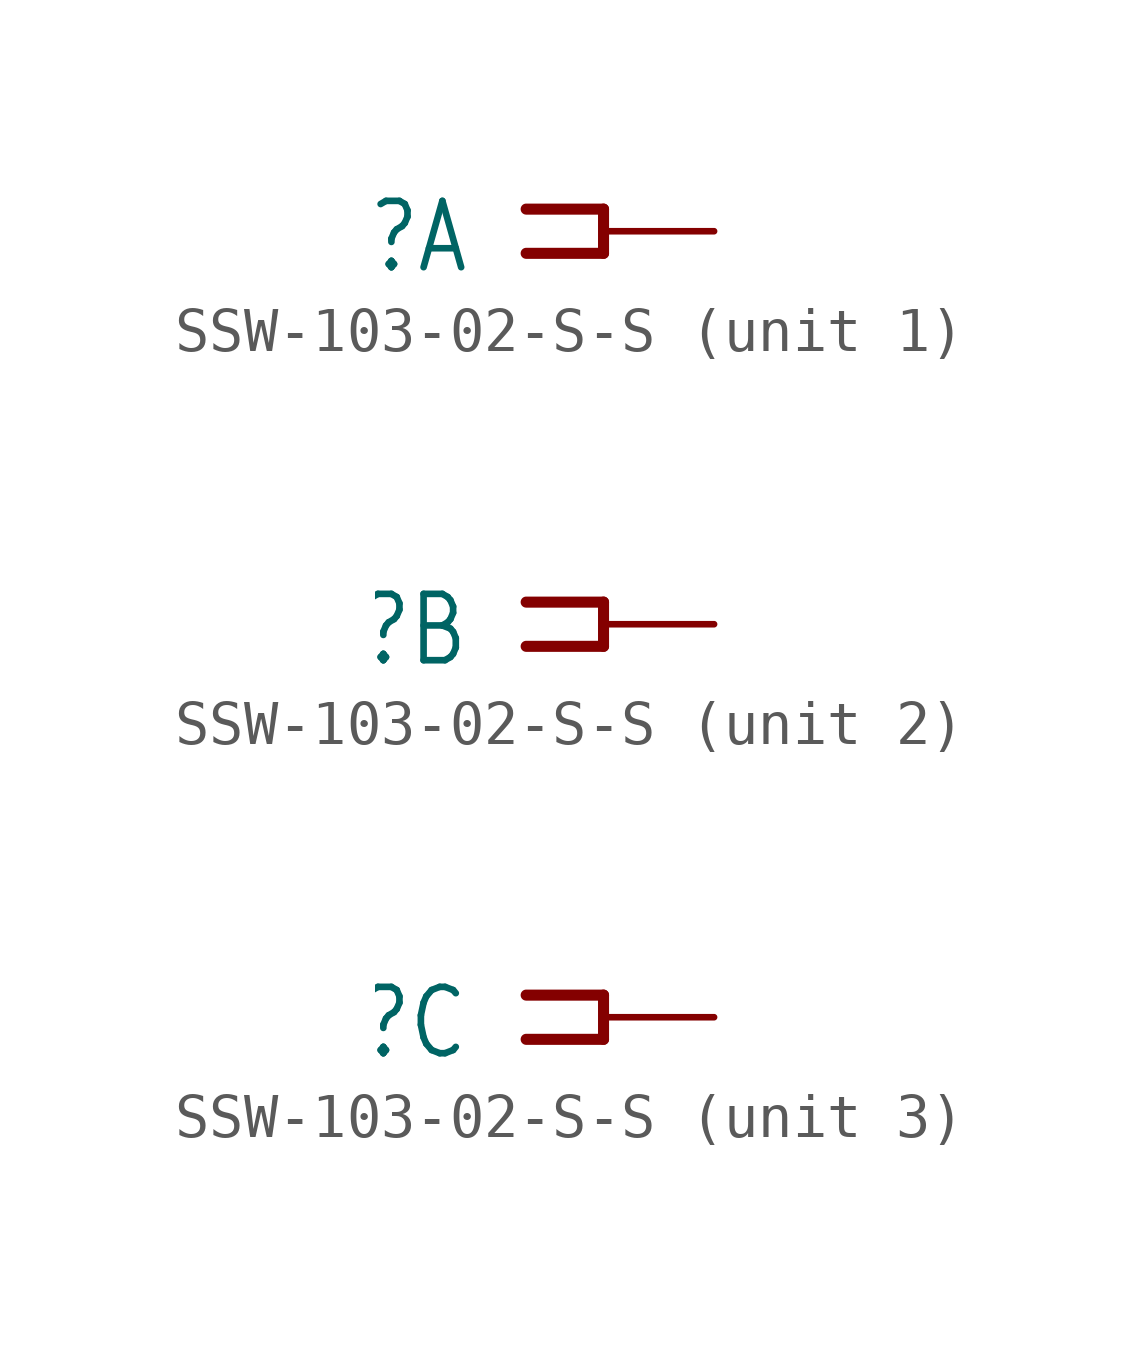
<source format=kicad_sym>
(kicad_symbol_lib
  (version 20220914)
  (generator kicad_symbol_editor)
  (symbol "SSW-103-02-S-S"
    (property "Reference" "X"
      (at -3.048 0.762 0)
      (effects (font (size 1.524 1.295)) (justify right top)))
    (property "ki_locked" ""
      (at 0 0 0)
      (effects (font (size 1.27 1.27))))
    (symbol "SSW-103-02-S-S_1_0"
      (polyline (pts (xy -1.778 0.508) (xy 0 0.508)) (stroke (width 0.254) (type solid)) (fill (type none)))
      (polyline (pts (xy 0 -0.508) (xy -1.778 -0.508)) (stroke (width 0.254) (type solid)) (fill (type none)))
      (polyline (pts (xy 0 0.508) (xy 0 -0.508)) (stroke (width 0.254) (type solid)) (fill (type none)))
      (pin passive line (at 2.54 0 180) (length 2.54) (name "1" (effects (font (size 0 0)))) (number "1" (effects (font (size 0 0))))))
    (symbol "SSW-103-02-S-S_2_0"
      (polyline (pts (xy -1.778 0.508) (xy 0 0.508)) (stroke (width 0.254) (type solid)) (fill (type none)))
      (polyline (pts (xy 0 -0.508) (xy -1.778 -0.508)) (stroke (width 0.254) (type solid)) (fill (type none)))
      (polyline (pts (xy 0 0.508) (xy 0 -0.508)) (stroke (width 0.254) (type solid)) (fill (type none)))
      (pin passive line (at 2.54 0 180) (length 2.54) (name "1" (effects (font (size 0 0)))) (number "2" (effects (font (size 0 0))))))
    (symbol "SSW-103-02-S-S_3_0"
      (polyline (pts (xy -1.778 0.508) (xy 0 0.508)) (stroke (width 0.254) (type solid)) (fill (type none)))
      (polyline (pts (xy 0 -0.508) (xy -1.778 -0.508)) (stroke (width 0.254) (type solid)) (fill (type none)))
      (polyline (pts (xy 0 0.508) (xy 0 -0.508)) (stroke (width 0.254) (type solid)) (fill (type none)))
      (pin passive line (at 2.54 0 180) (length 2.54) (name "1" (effects (font (size 0 0)))) (number "3" (effects (font (size 0 0))))))))
</source>
